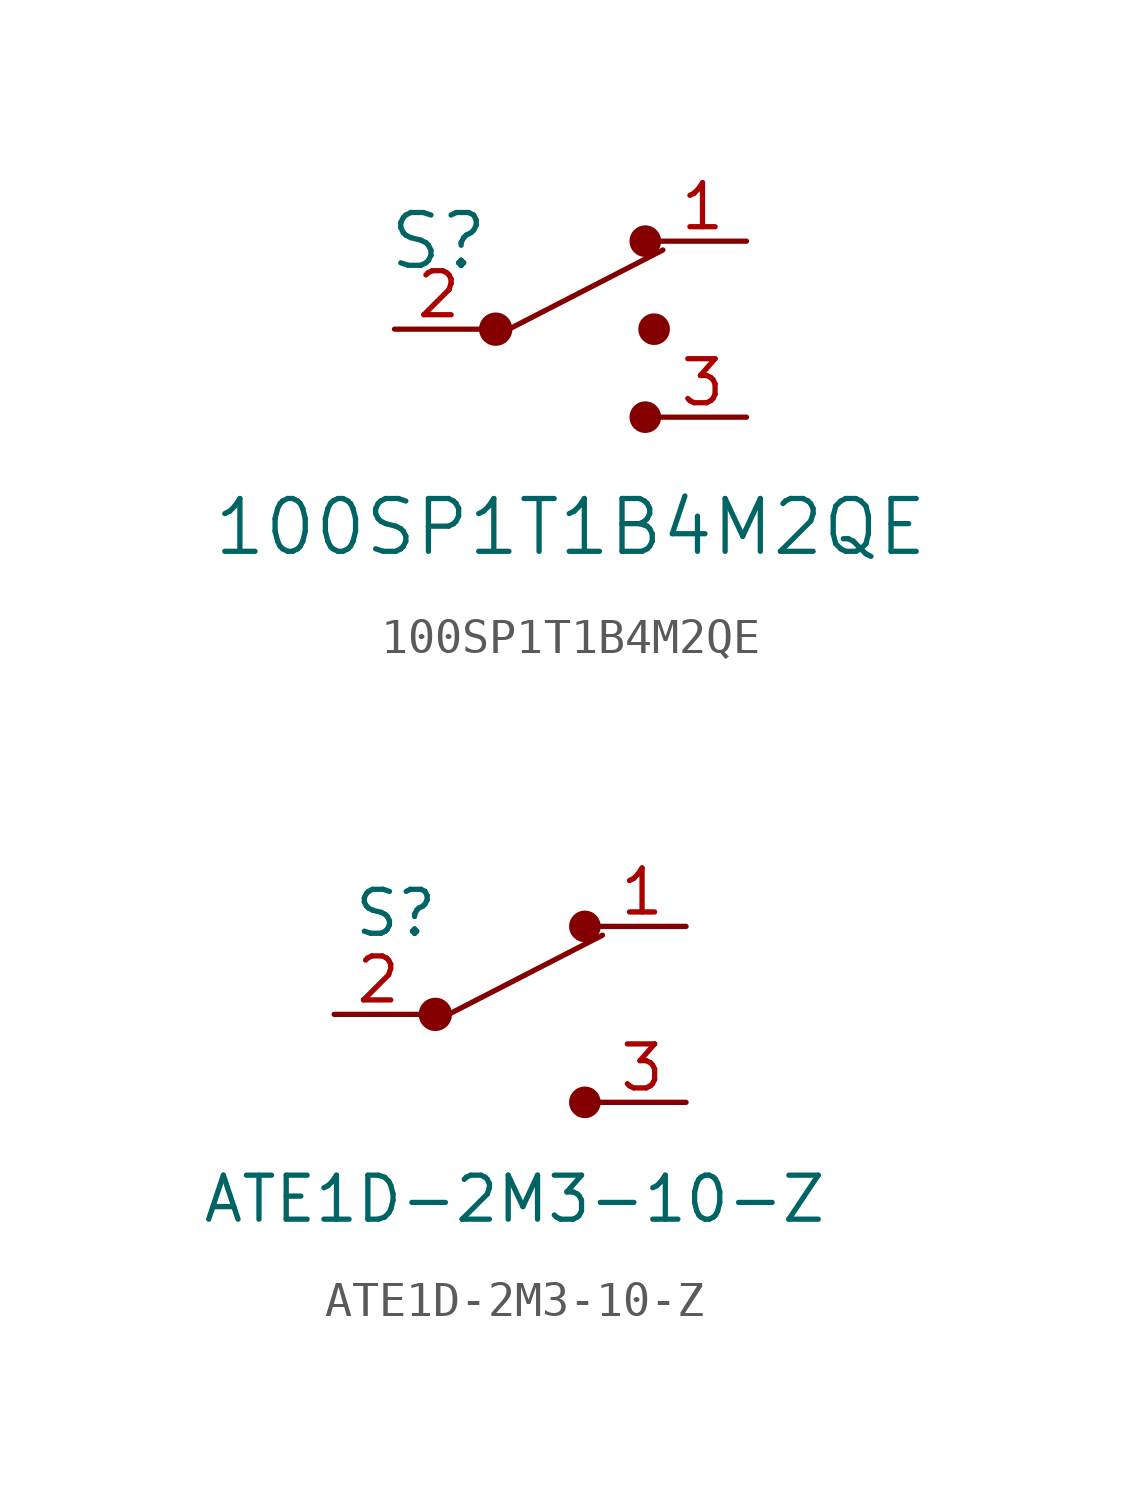
<source format=kicad_sym>
(kicad_symbol_lib
  (version 20220914)
  (generator kicad_symbol_editor)
  (symbol "100SP1T1B4M2QE"
    (pin_names
      (offset 0) hide)
    (property "Reference" "S"
      (at -3.81 2.54 0)
      (effects (font (size 1.524 1.524))))
    (property "Value" "100SP1T1B4M2QE"
      (at 0 -5.715 0)
      (effects (font (size 1.524 1.524))))
    (symbol "100SP1T1B4M2QE_0_1"
      (circle (center -2.159 0) (radius 0.406) (stroke (width 0) (type default)) (fill (type outline)))
      (polyline (pts (xy 2.667 2.286) (xy -1.778 0)) (stroke (width 0) (type default)) (fill (type none)))
      (circle (center 2.159 -2.54) (radius 0.381) (stroke (width 0) (type default)) (fill (type outline)))
      (circle (center 2.159 2.54) (radius 0.381) (stroke (width 0) (type default)) (fill (type outline)))
      (circle (center 2.413 0) (radius 0.381) (stroke (width 0) (type default)) (fill (type outline))))
    (symbol "100SP1T1B4M2QE_1_1"
      (pin passive line (at 5.08 2.54 180) (length 2.54) (name "~" (effects (font (size 1.27 1.27)))) (number "1" (effects (font (size 1.27 1.27)))))
      (pin passive line (at -5.08 0 0) (length 2.54) (name "Com" (effects (font (size 1.27 1.27)))) (number "2" (effects (font (size 1.27 1.27)))))
      (pin passive line (at 5.08 -2.54 180) (length 2.54) (name "~" (effects (font (size 1.27 1.27)))) (number "3" (effects (font (size 1.27 1.27)))))))
  (symbol "ATE1D-2M3-10-Z"
    (pin_names
      (offset 0) hide)
    (property "Reference" "S"
      (at -3.302 2.921 0)
      (effects (font (size 1.27 1.27))))
    (property "Value" "ATE1D-2M3-10-Z"
      (at 0.127 -5.334 0)
      (effects (font (size 1.27 1.27))))
    (symbol "ATE1D-2M3-10-Z_0_1"
      (circle (center -2.159 0) (radius 0.406) (stroke (width 0) (type default)) (fill (type outline)))
      (polyline (pts (xy 2.667 2.286) (xy -1.778 0)) (stroke (width 0) (type default)) (fill (type none)))
      (circle (center 2.159 -2.54) (radius 0.381) (stroke (width 0) (type default)) (fill (type outline)))
      (circle (center 2.159 2.54) (radius 0.381) (stroke (width 0) (type default)) (fill (type outline))))
    (symbol "ATE1D-2M3-10-Z_1_1"
      (pin passive line (at 5.08 2.54 180) (length 2.54) (name "~" (effects (font (size 1.27 1.27)))) (number "1" (effects (font (size 1.27 1.27)))))
      (pin passive line (at -5.08 0 0) (length 2.54) (name "Com" (effects (font (size 1.27 1.27)))) (number "2" (effects (font (size 1.27 1.27)))))
      (pin passive line (at 5.08 -2.54 180) (length 2.54) (name "~" (effects (font (size 1.27 1.27)))) (number "3" (effects (font (size 1.27 1.27))))))))
</source>
